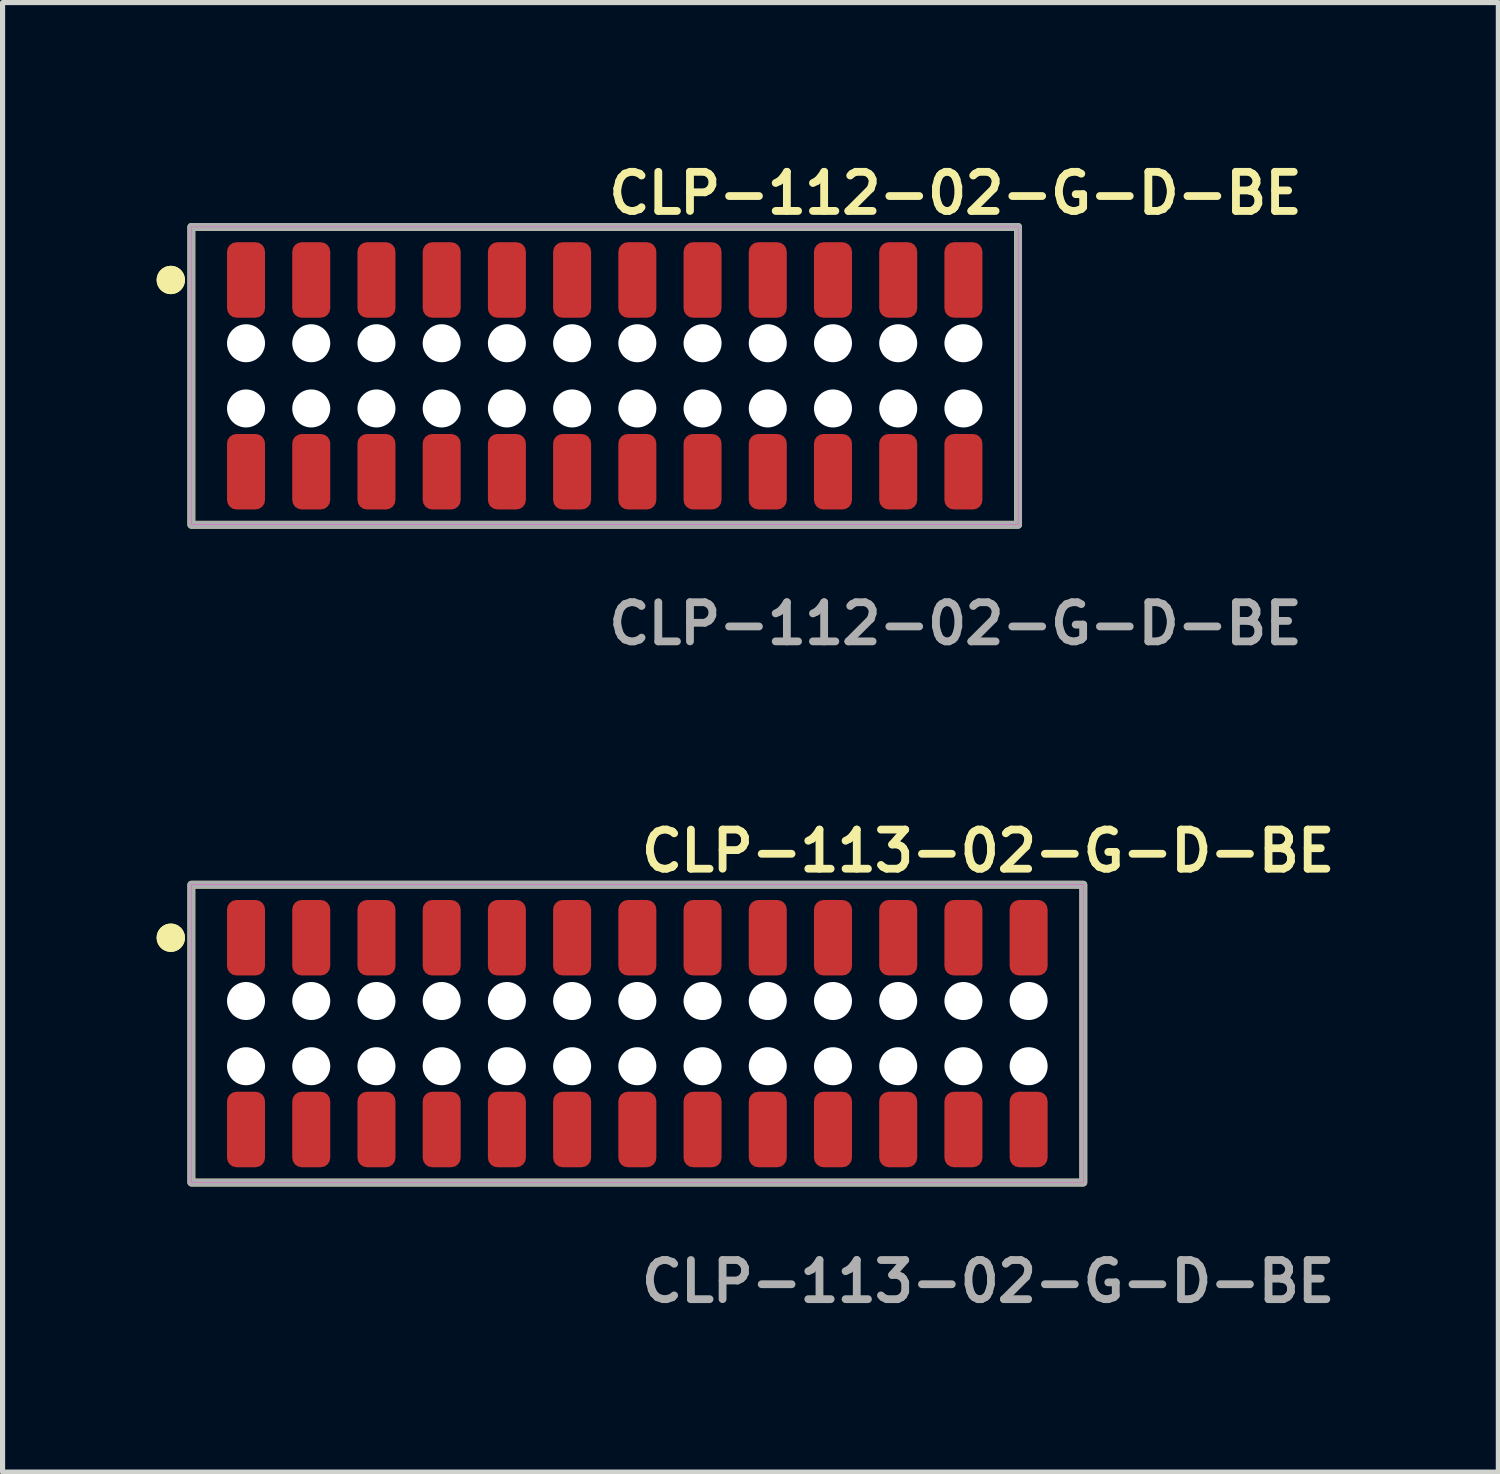
<source format=kicad_pcb>
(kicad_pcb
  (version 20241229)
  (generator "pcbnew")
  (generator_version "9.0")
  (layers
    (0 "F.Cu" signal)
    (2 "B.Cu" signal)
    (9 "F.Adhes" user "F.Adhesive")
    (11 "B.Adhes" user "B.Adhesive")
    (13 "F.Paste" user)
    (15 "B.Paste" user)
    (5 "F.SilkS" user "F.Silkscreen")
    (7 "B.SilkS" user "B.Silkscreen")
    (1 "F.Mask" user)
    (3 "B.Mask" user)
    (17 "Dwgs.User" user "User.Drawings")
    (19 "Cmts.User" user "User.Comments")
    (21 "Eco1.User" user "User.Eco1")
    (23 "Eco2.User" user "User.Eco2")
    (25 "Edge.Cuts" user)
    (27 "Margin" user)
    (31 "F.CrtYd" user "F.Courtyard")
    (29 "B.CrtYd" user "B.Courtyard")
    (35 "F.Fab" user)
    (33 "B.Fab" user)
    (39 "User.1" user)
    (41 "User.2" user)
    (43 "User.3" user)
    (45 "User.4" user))
  (footprint "CLP-112-02-G-D-BE"
    (layer "F.Cu")
    (at 8.726 4.269)
    (property "Reference" "CLP-112-02-G-D-BE" (at 0 -3.556 0) (unlocked yes) (layer "F.SilkS") (effects (font (size 0.762 0.762) (thickness 0.152)) (justify left)))
    (fp_rect (start -8.05 2.9) (end 8.05 -2.9) (stroke (width 0.152) (type solid)) (fill no) (layer "F.SilkS"))
    (fp_circle (center -8.45 -1.867) (end -8.65 -1.867) (stroke (width 0.152) (type solid)) (fill yes) (layer "F.SilkS"))
    (fp_circle (center -8.45 -1.867) (end -8.65 -1.867) (stroke (width 0.152) (type solid)) (fill yes) (layer "F.SilkS"))
    (fp_rect (start -8.05 2.9) (end 8.05 -2.9) (stroke (width 0.006) (type solid)) (fill no) (layer "F.CrtYd"))
    (fp_rect (start -8.05 2.9) (end 8.05 -2.9) (stroke (width 0.152) (type solid)) (fill no) (layer "F.Fab"))
    (fp_text user "${REFERENCE}" (at 0 4.826 0) (unlocked yes) (layer "F.Fab") (effects (font (size 0.762 0.762) (thickness 0.152)) (justify left)))
    (pad "" np_thru_hole circle (at -6.985 -0.635) (size 0.74 0.74) (drill 0.74) (layers "*.Cu" "*.Mask"))
    (pad "" np_thru_hole circle (at -6.985 0.635) (size 0.74 0.74) (drill 0.74) (layers "*.Cu" "*.Mask"))
    (pad "" np_thru_hole circle (at -5.715 -0.635) (size 0.74 0.74) (drill 0.74) (layers "*.Cu" "*.Mask"))
    (pad "" np_thru_hole circle (at -5.715 0.635) (size 0.74 0.74) (drill 0.74) (layers "*.Cu" "*.Mask"))
    (pad "" np_thru_hole circle (at -4.445 -0.635) (size 0.74 0.74) (drill 0.74) (layers "*.Cu" "*.Mask"))
    (pad "" np_thru_hole circle (at -4.445 0.635) (size 0.74 0.74) (drill 0.74) (layers "*.Cu" "*.Mask"))
    (pad "" np_thru_hole circle (at -3.175 -0.635) (size 0.74 0.74) (drill 0.74) (layers "*.Cu" "*.Mask"))
    (pad "" np_thru_hole circle (at -3.175 0.635) (size 0.74 0.74) (drill 0.74) (layers "*.Cu" "*.Mask"))
    (pad "" np_thru_hole circle (at -1.905 -0.635) (size 0.74 0.74) (drill 0.74) (layers "*.Cu" "*.Mask"))
    (pad "" np_thru_hole circle (at -1.905 0.635) (size 0.74 0.74) (drill 0.74) (layers "*.Cu" "*.Mask"))
    (pad "" np_thru_hole circle (at -0.635 -0.635) (size 0.74 0.74) (drill 0.74) (layers "*.Cu" "*.Mask"))
    (pad "" np_thru_hole circle (at -0.635 0.635) (size 0.74 0.74) (drill 0.74) (layers "*.Cu" "*.Mask"))
    (pad "" np_thru_hole circle (at 0.635 -0.635) (size 0.74 0.74) (drill 0.74) (layers "*.Cu" "*.Mask"))
    (pad "" np_thru_hole circle (at 0.635 0.635) (size 0.74 0.74) (drill 0.74) (layers "*.Cu" "*.Mask"))
    (pad "" np_thru_hole circle (at 1.905 -0.635) (size 0.74 0.74) (drill 0.74) (layers "*.Cu" "*.Mask"))
    (pad "" np_thru_hole circle (at 1.905 0.635) (size 0.74 0.74) (drill 0.74) (layers "*.Cu" "*.Mask"))
    (pad "" np_thru_hole circle (at 3.175 -0.635) (size 0.74 0.74) (drill 0.74) (layers "*.Cu" "*.Mask"))
    (pad "" np_thru_hole circle (at 3.175 0.635) (size 0.74 0.74) (drill 0.74) (layers "*.Cu" "*.Mask"))
    (pad "" np_thru_hole circle (at 4.445 -0.635) (size 0.74 0.74) (drill 0.74) (layers "*.Cu" "*.Mask"))
    (pad "" np_thru_hole circle (at 4.445 0.635) (size 0.74 0.74) (drill 0.74) (layers "*.Cu" "*.Mask"))
    (pad "" np_thru_hole circle (at 5.715 -0.635) (size 0.74 0.74) (drill 0.74) (layers "*.Cu" "*.Mask"))
    (pad "" np_thru_hole circle (at 5.715 0.635) (size 0.74 0.74) (drill 0.74) (layers "*.Cu" "*.Mask"))
    (pad "" np_thru_hole circle (at 6.985 -0.635) (size 0.74 0.74) (drill 0.74) (layers "*.Cu" "*.Mask"))
    (pad "" np_thru_hole circle (at 6.985 0.635) (size 0.74 0.74) (drill 0.74) (layers "*.Cu" "*.Mask"))
    (pad "1" smd roundrect (at -6.985 -1.867) (size 0.74 1.47) (layers "F.Cu" "F.Paste") (roundrect_rratio 0.25))
    (pad "2" smd roundrect (at -6.985 1.867) (size 0.74 1.47) (layers "F.Cu" "F.Paste") (roundrect_rratio 0.25))
    (pad "3" smd roundrect (at -5.715 -1.867) (size 0.74 1.47) (layers "F.Cu" "F.Paste") (roundrect_rratio 0.25))
    (pad "4" smd roundrect (at -5.715 1.867) (size 0.74 1.47) (layers "F.Cu" "F.Paste") (roundrect_rratio 0.25))
    (pad "5" smd roundrect (at -4.445 -1.867) (size 0.74 1.47) (layers "F.Cu" "F.Paste") (roundrect_rratio 0.25))
    (pad "6" smd roundrect (at -4.445 1.867) (size 0.74 1.47) (layers "F.Cu" "F.Paste") (roundrect_rratio 0.25))
    (pad "7" smd roundrect (at -3.175 -1.867) (size 0.74 1.47) (layers "F.Cu" "F.Paste") (roundrect_rratio 0.25))
    (pad "8" smd roundrect (at -3.175 1.867) (size 0.74 1.47) (layers "F.Cu" "F.Paste") (roundrect_rratio 0.25))
    (pad "9" smd roundrect (at -1.905 -1.867) (size 0.74 1.47) (layers "F.Cu" "F.Paste") (roundrect_rratio 0.25))
    (pad "10" smd roundrect (at -1.905 1.867) (size 0.74 1.47) (layers "F.Cu" "F.Paste") (roundrect_rratio 0.25))
    (pad "11" smd roundrect (at -0.635 -1.867) (size 0.74 1.47) (layers "F.Cu" "F.Paste") (roundrect_rratio 0.25))
    (pad "12" smd roundrect (at -0.635 1.867) (size 0.74 1.47) (layers "F.Cu" "F.Paste") (roundrect_rratio 0.25))
    (pad "13" smd roundrect (at 0.635 -1.867) (size 0.74 1.47) (layers "F.Cu" "F.Paste") (roundrect_rratio 0.25))
    (pad "14" smd roundrect (at 0.635 1.867) (size 0.74 1.47) (layers "F.Cu" "F.Paste") (roundrect_rratio 0.25))
    (pad "15" smd roundrect (at 1.905 -1.867) (size 0.74 1.47) (layers "F.Cu" "F.Paste") (roundrect_rratio 0.25))
    (pad "16" smd roundrect (at 1.905 1.867) (size 0.74 1.47) (layers "F.Cu" "F.Paste") (roundrect_rratio 0.25))
    (pad "17" smd roundrect (at 3.175 -1.867) (size 0.74 1.47) (layers "F.Cu" "F.Paste") (roundrect_rratio 0.25))
    (pad "18" smd roundrect (at 3.175 1.867) (size 0.74 1.47) (layers "F.Cu" "F.Paste") (roundrect_rratio 0.25))
    (pad "19" smd roundrect (at 4.445 -1.867) (size 0.74 1.47) (layers "F.Cu" "F.Paste") (roundrect_rratio 0.25))
    (pad "20" smd roundrect (at 4.445 1.867) (size 0.74 1.47) (layers "F.Cu" "F.Paste") (roundrect_rratio 0.25))
    (pad "21" smd roundrect (at 5.715 -1.867) (size 0.74 1.47) (layers "F.Cu" "F.Paste") (roundrect_rratio 0.25))
    (pad "22" smd roundrect (at 5.715 1.867) (size 0.74 1.47) (layers "F.Cu" "F.Paste") (roundrect_rratio 0.25))
    (pad "23" smd roundrect (at 6.985 -1.867) (size 0.74 1.47) (layers "F.Cu" "F.Paste") (roundrect_rratio 0.25))
    (pad "24" smd roundrect (at 6.985 1.867) (size 0.74 1.47) (layers "F.Cu" "F.Paste") (roundrect_rratio 0.25)))
  (footprint "CLP-113-02-G-D-BE"
    (layer "F.Cu")
    (at 9.361 17.078)
    (property "Reference" "CLP-113-02-G-D-BE" (at 0 -3.556 0) (unlocked yes) (layer "F.SilkS") (effects (font (size 0.762 0.762) (thickness 0.152)) (justify left)))
    (fp_rect (start -8.685 2.9) (end 8.685 -2.9) (stroke (width 0.152) (type solid)) (fill no) (layer "F.SilkS"))
    (fp_circle (center -9.085 -1.867) (end -9.285 -1.867) (stroke (width 0.152) (type solid)) (fill yes) (layer "F.SilkS"))
    (fp_circle (center -9.085 -1.867) (end -9.285 -1.867) (stroke (width 0.152) (type solid)) (fill yes) (layer "F.SilkS"))
    (fp_rect (start -8.685 2.9) (end 8.685 -2.9) (stroke (width 0.006) (type solid)) (fill no) (layer "F.CrtYd"))
    (fp_rect (start -8.685 2.9) (end 8.685 -2.9) (stroke (width 0.152) (type solid)) (fill no) (layer "F.Fab"))
    (fp_text user "${REFERENCE}" (at 0 4.826 0) (unlocked yes) (layer "F.Fab") (effects (font (size 0.762 0.762) (thickness 0.152)) (justify left)))
    (pad "" np_thru_hole circle (at -7.62 -0.635) (size 0.74 0.74) (drill 0.74) (layers "*.Cu" "*.Mask"))
    (pad "" np_thru_hole circle (at -7.62 0.635) (size 0.74 0.74) (drill 0.74) (layers "*.Cu" "*.Mask"))
    (pad "" np_thru_hole circle (at -6.35 -0.635) (size 0.74 0.74) (drill 0.74) (layers "*.Cu" "*.Mask"))
    (pad "" np_thru_hole circle (at -6.35 0.635) (size 0.74 0.74) (drill 0.74) (layers "*.Cu" "*.Mask"))
    (pad "" np_thru_hole circle (at -5.08 -0.635) (size 0.74 0.74) (drill 0.74) (layers "*.Cu" "*.Mask"))
    (pad "" np_thru_hole circle (at -5.08 0.635) (size 0.74 0.74) (drill 0.74) (layers "*.Cu" "*.Mask"))
    (pad "" np_thru_hole circle (at -3.81 -0.635) (size 0.74 0.74) (drill 0.74) (layers "*.Cu" "*.Mask"))
    (pad "" np_thru_hole circle (at -3.81 0.635) (size 0.74 0.74) (drill 0.74) (layers "*.Cu" "*.Mask"))
    (pad "" np_thru_hole circle (at -2.54 -0.635) (size 0.74 0.74) (drill 0.74) (layers "*.Cu" "*.Mask"))
    (pad "" np_thru_hole circle (at -2.54 0.635) (size 0.74 0.74) (drill 0.74) (layers "*.Cu" "*.Mask"))
    (pad "" np_thru_hole circle (at -1.27 -0.635) (size 0.74 0.74) (drill 0.74) (layers "*.Cu" "*.Mask"))
    (pad "" np_thru_hole circle (at -1.27 0.635) (size 0.74 0.74) (drill 0.74) (layers "*.Cu" "*.Mask"))
    (pad "" np_thru_hole circle (at 0 -0.635) (size 0.74 0.74) (drill 0.74) (layers "*.Cu" "*.Mask"))
    (pad "" np_thru_hole circle (at 0 0.635) (size 0.74 0.74) (drill 0.74) (layers "*.Cu" "*.Mask"))
    (pad "" np_thru_hole circle (at 1.27 -0.635) (size 0.74 0.74) (drill 0.74) (layers "*.Cu" "*.Mask"))
    (pad "" np_thru_hole circle (at 1.27 0.635) (size 0.74 0.74) (drill 0.74) (layers "*.Cu" "*.Mask"))
    (pad "" np_thru_hole circle (at 2.54 -0.635) (size 0.74 0.74) (drill 0.74) (layers "*.Cu" "*.Mask"))
    (pad "" np_thru_hole circle (at 2.54 0.635) (size 0.74 0.74) (drill 0.74) (layers "*.Cu" "*.Mask"))
    (pad "" np_thru_hole circle (at 3.81 -0.635) (size 0.74 0.74) (drill 0.74) (layers "*.Cu" "*.Mask"))
    (pad "" np_thru_hole circle (at 3.81 0.635) (size 0.74 0.74) (drill 0.74) (layers "*.Cu" "*.Mask"))
    (pad "" np_thru_hole circle (at 5.08 -0.635) (size 0.74 0.74) (drill 0.74) (layers "*.Cu" "*.Mask"))
    (pad "" np_thru_hole circle (at 5.08 0.635) (size 0.74 0.74) (drill 0.74) (layers "*.Cu" "*.Mask"))
    (pad "" np_thru_hole circle (at 6.35 -0.635) (size 0.74 0.74) (drill 0.74) (layers "*.Cu" "*.Mask"))
    (pad "" np_thru_hole circle (at 6.35 0.635) (size 0.74 0.74) (drill 0.74) (layers "*.Cu" "*.Mask"))
    (pad "" np_thru_hole circle (at 7.62 -0.635) (size 0.74 0.74) (drill 0.74) (layers "*.Cu" "*.Mask"))
    (pad "" np_thru_hole circle (at 7.62 0.635) (size 0.74 0.74) (drill 0.74) (layers "*.Cu" "*.Mask"))
    (pad "1" smd roundrect (at -7.62 -1.867) (size 0.74 1.47) (layers "F.Cu" "F.Paste") (roundrect_rratio 0.25))
    (pad "2" smd roundrect (at -7.62 1.867) (size 0.74 1.47) (layers "F.Cu" "F.Paste") (roundrect_rratio 0.25))
    (pad "3" smd roundrect (at -6.35 -1.867) (size 0.74 1.47) (layers "F.Cu" "F.Paste") (roundrect_rratio 0.25))
    (pad "4" smd roundrect (at -6.35 1.867) (size 0.74 1.47) (layers "F.Cu" "F.Paste") (roundrect_rratio 0.25))
    (pad "5" smd roundrect (at -5.08 -1.867) (size 0.74 1.47) (layers "F.Cu" "F.Paste") (roundrect_rratio 0.25))
    (pad "6" smd roundrect (at -5.08 1.867) (size 0.74 1.47) (layers "F.Cu" "F.Paste") (roundrect_rratio 0.25))
    (pad "7" smd roundrect (at -3.81 -1.867) (size 0.74 1.47) (layers "F.Cu" "F.Paste") (roundrect_rratio 0.25))
    (pad "8" smd roundrect (at -3.81 1.867) (size 0.74 1.47) (layers "F.Cu" "F.Paste") (roundrect_rratio 0.25))
    (pad "9" smd roundrect (at -2.54 -1.867) (size 0.74 1.47) (layers "F.Cu" "F.Paste") (roundrect_rratio 0.25))
    (pad "10" smd roundrect (at -2.54 1.867) (size 0.74 1.47) (layers "F.Cu" "F.Paste") (roundrect_rratio 0.25))
    (pad "11" smd roundrect (at -1.27 -1.867) (size 0.74 1.47) (layers "F.Cu" "F.Paste") (roundrect_rratio 0.25))
    (pad "12" smd roundrect (at -1.27 1.867) (size 0.74 1.47) (layers "F.Cu" "F.Paste") (roundrect_rratio 0.25))
    (pad "13" smd roundrect (at 0 -1.867) (size 0.74 1.47) (layers "F.Cu" "F.Paste") (roundrect_rratio 0.25))
    (pad "14" smd roundrect (at 0 1.867) (size 0.74 1.47) (layers "F.Cu" "F.Paste") (roundrect_rratio 0.25))
    (pad "15" smd roundrect (at 1.27 -1.867) (size 0.74 1.47) (layers "F.Cu" "F.Paste") (roundrect_rratio 0.25))
    (pad "16" smd roundrect (at 1.27 1.867) (size 0.74 1.47) (layers "F.Cu" "F.Paste") (roundrect_rratio 0.25))
    (pad "17" smd roundrect (at 2.54 -1.867) (size 0.74 1.47) (layers "F.Cu" "F.Paste") (roundrect_rratio 0.25))
    (pad "18" smd roundrect (at 2.54 1.867) (size 0.74 1.47) (layers "F.Cu" "F.Paste") (roundrect_rratio 0.25))
    (pad "19" smd roundrect (at 3.81 -1.867) (size 0.74 1.47) (layers "F.Cu" "F.Paste") (roundrect_rratio 0.25))
    (pad "20" smd roundrect (at 3.81 1.867) (size 0.74 1.47) (layers "F.Cu" "F.Paste") (roundrect_rratio 0.25))
    (pad "21" smd roundrect (at 5.08 -1.867) (size 0.74 1.47) (layers "F.Cu" "F.Paste") (roundrect_rratio 0.25))
    (pad "22" smd roundrect (at 5.08 1.867) (size 0.74 1.47) (layers "F.Cu" "F.Paste") (roundrect_rratio 0.25))
    (pad "23" smd roundrect (at 6.35 -1.867) (size 0.74 1.47) (layers "F.Cu" "F.Paste") (roundrect_rratio 0.25))
    (pad "24" smd roundrect (at 6.35 1.867) (size 0.74 1.47) (layers "F.Cu" "F.Paste") (roundrect_rratio 0.25))
    (pad "25" smd roundrect (at 7.62 -1.867) (size 0.74 1.47) (layers "F.Cu" "F.Paste") (roundrect_rratio 0.25))
    (pad "26" smd roundrect (at 7.62 1.867) (size 0.74 1.47) (layers "F.Cu" "F.Paste") (roundrect_rratio 0.25)))
  (gr_rect
    (start -3 -3)
    (end 26.128 25.617)
    (stroke (width 0.1) (type default))
    (fill no)
    (layer "Edge.Cuts")))
</source>
